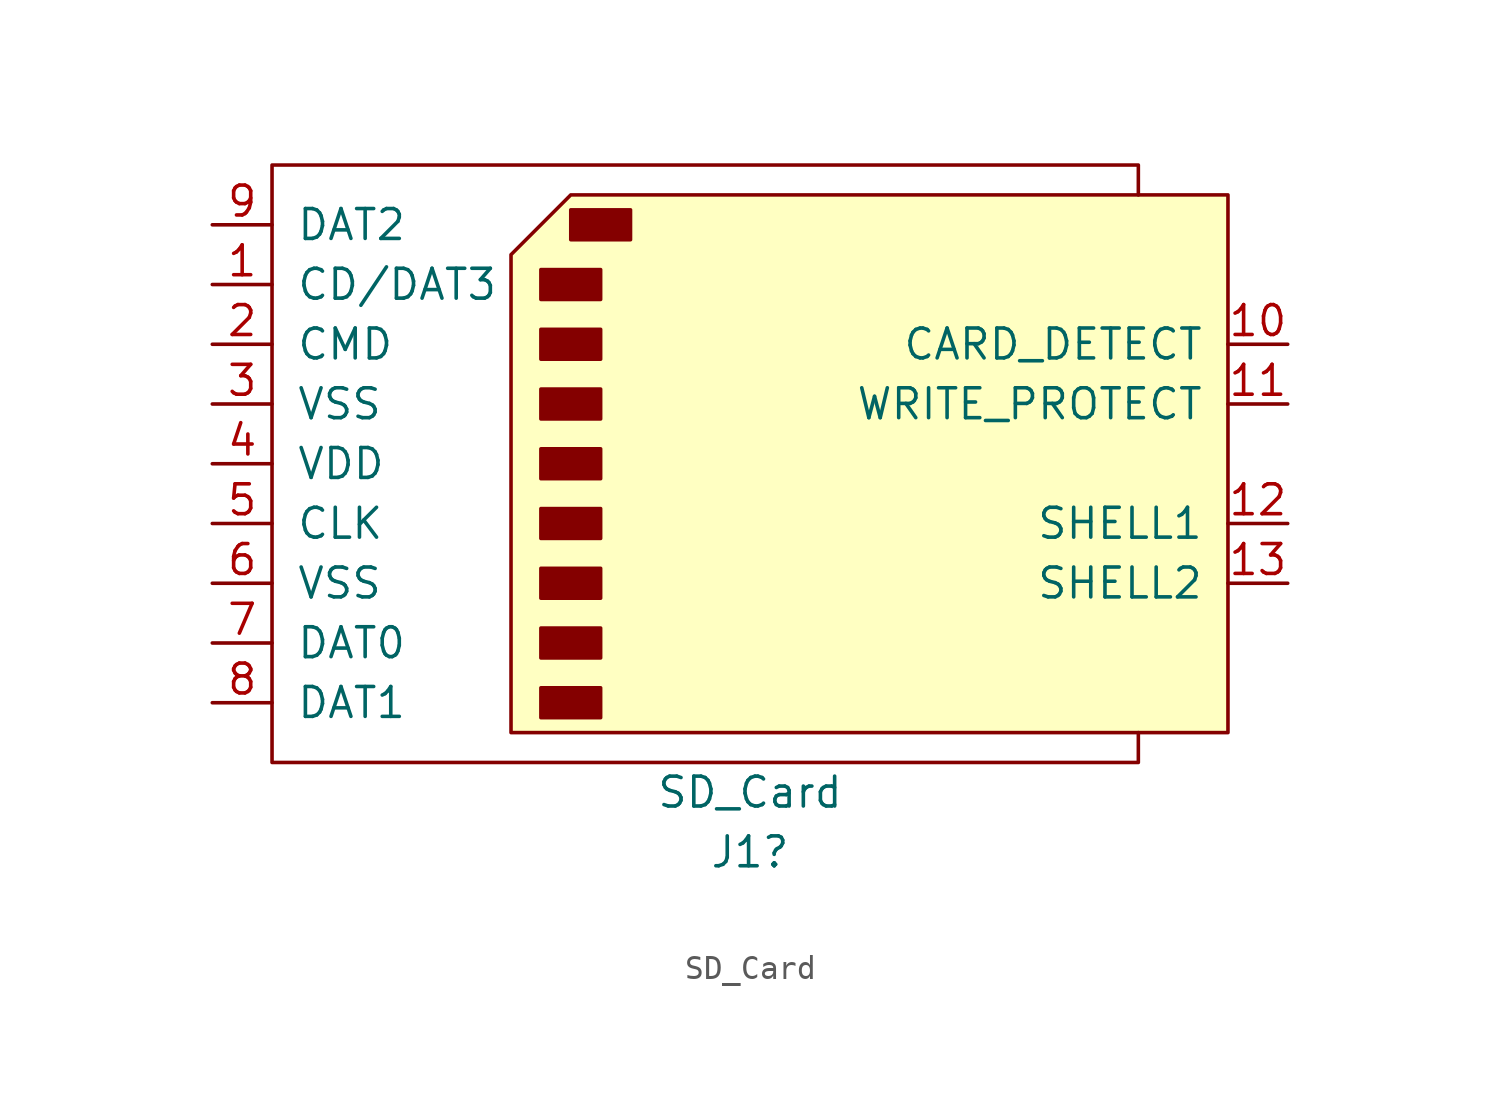
<source format=kicad_sym>
(kicad_symbol_lib
  (version 20220914)
  (generator kicad_symbol_editor)
  (symbol "SD_Card"
    (pin_names
      (offset 1.016))
    (property "Reference" "J1"
      (at 0 -16.51 0)
      (effects (font (size 1.27 1.27))))
    (property "Value" "SD_Card"
      (at 0 -13.97 0)
      (effects (font (size 1.27 1.27))))
    (symbol "SD_Card_0_1"
      (rectangle (start -8.89 -9.525) (end -6.35 -10.795) (stroke (width 0) (type default)) (fill (type outline)))
      (rectangle (start -8.89 -6.985) (end -6.35 -8.255) (stroke (width 0) (type default)) (fill (type outline)))
      (rectangle (start -8.89 -4.445) (end -6.35 -5.715) (stroke (width 0) (type default)) (fill (type outline)))
      (rectangle (start -8.89 -1.905) (end -6.35 -3.175) (stroke (width 0) (type default)) (fill (type outline)))
      (rectangle (start -8.89 0.635) (end -6.35 -0.635) (stroke (width 0) (type default)) (fill (type outline)))
      (rectangle (start -8.89 3.175) (end -6.35 1.905) (stroke (width 0) (type default)) (fill (type outline)))
      (rectangle (start -8.89 5.715) (end -6.35 4.445) (stroke (width 0) (type default)) (fill (type outline)))
      (rectangle (start -8.89 8.255) (end -6.35 6.985) (stroke (width 0) (type default)) (fill (type outline)))
      (rectangle (start -7.62 10.795) (end -5.08 9.525) (stroke (width 0) (type default)) (fill (type outline)))
      (polyline (pts (xy -10.16 8.89) (xy -7.62 11.43) (xy 20.32 11.43) (xy 20.32 -11.43) (xy -10.16 -11.43) (xy -10.16 8.89)) (stroke (width 0) (type default)) (fill (type background)))
      (polyline (pts (xy 16.51 11.43) (xy 16.51 12.7) (xy -20.32 12.7) (xy -20.32 -12.7) (xy 16.51 -12.7) (xy 16.51 -11.43)) (stroke (width 0) (type default)) (fill (type none))))
    (symbol "SD_Card_1_1"
      (pin input line (at -22.86 7.62 0) (length 2.54) (name "CD/DAT3" (effects (font (size 1.27 1.27)))) (number "1" (effects (font (size 1.27 1.27)))))
      (pin input line (at 22.86 5.08 180) (length 2.54) (name "CARD_DETECT" (effects (font (size 1.27 1.27)))) (number "10" (effects (font (size 1.27 1.27)))))
      (pin input line (at 22.86 2.54 180) (length 2.54) (name "WRITE_PROTECT" (effects (font (size 1.27 1.27)))) (number "11" (effects (font (size 1.27 1.27)))))
      (pin input line (at 22.86 -2.54 180) (length 2.54) (name "SHELL1" (effects (font (size 1.27 1.27)))) (number "12" (effects (font (size 1.27 1.27)))))
      (pin input line (at 22.86 -5.08 180) (length 2.54) (name "SHELL2" (effects (font (size 1.27 1.27)))) (number "13" (effects (font (size 1.27 1.27)))))
      (pin input line (at -22.86 5.08 0) (length 2.54) (name "CMD" (effects (font (size 1.27 1.27)))) (number "2" (effects (font (size 1.27 1.27)))))
      (pin power_in line (at -22.86 2.54 0) (length 2.54) (name "VSS" (effects (font (size 1.27 1.27)))) (number "3" (effects (font (size 1.27 1.27)))))
      (pin power_in line (at -22.86 0 0) (length 2.54) (name "VDD" (effects (font (size 1.27 1.27)))) (number "4" (effects (font (size 1.27 1.27)))))
      (pin input line (at -22.86 -2.54 0) (length 2.54) (name "CLK" (effects (font (size 1.27 1.27)))) (number "5" (effects (font (size 1.27 1.27)))))
      (pin power_in line (at -22.86 -5.08 0) (length 2.54) (name "VSS" (effects (font (size 1.27 1.27)))) (number "6" (effects (font (size 1.27 1.27)))))
      (pin input line (at -22.86 -7.62 0) (length 2.54) (name "DAT0" (effects (font (size 1.27 1.27)))) (number "7" (effects (font (size 1.27 1.27)))))
      (pin input line (at -22.86 -10.16 0) (length 2.54) (name "DAT1" (effects (font (size 1.27 1.27)))) (number "8" (effects (font (size 1.27 1.27)))))
      (pin input line (at -22.86 10.16 0) (length 2.54) (name "DAT2" (effects (font (size 1.27 1.27)))) (number "9" (effects (font (size 1.27 1.27))))))))
</source>
